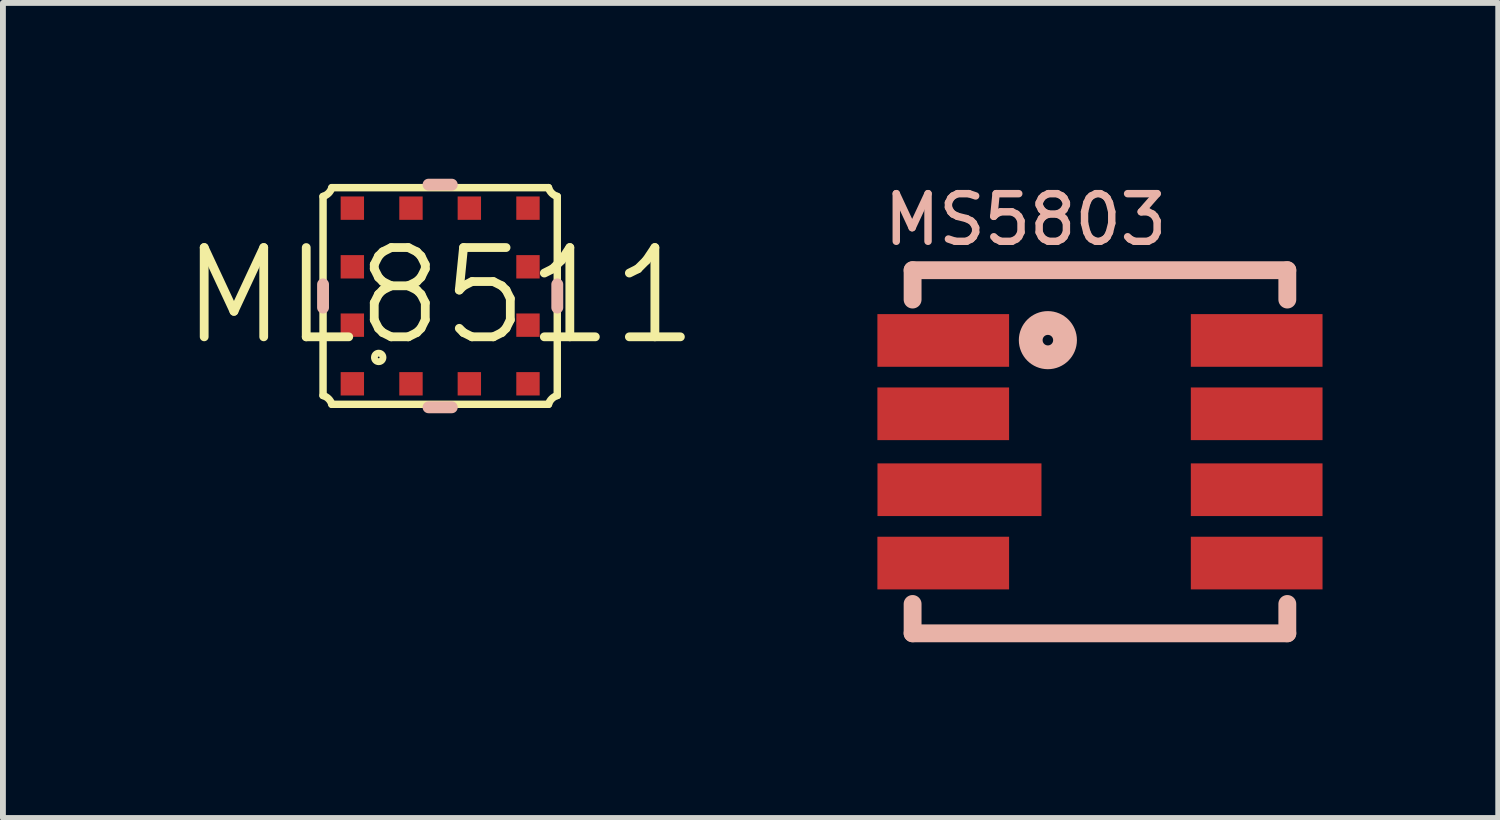
<source format=kicad_pcb>
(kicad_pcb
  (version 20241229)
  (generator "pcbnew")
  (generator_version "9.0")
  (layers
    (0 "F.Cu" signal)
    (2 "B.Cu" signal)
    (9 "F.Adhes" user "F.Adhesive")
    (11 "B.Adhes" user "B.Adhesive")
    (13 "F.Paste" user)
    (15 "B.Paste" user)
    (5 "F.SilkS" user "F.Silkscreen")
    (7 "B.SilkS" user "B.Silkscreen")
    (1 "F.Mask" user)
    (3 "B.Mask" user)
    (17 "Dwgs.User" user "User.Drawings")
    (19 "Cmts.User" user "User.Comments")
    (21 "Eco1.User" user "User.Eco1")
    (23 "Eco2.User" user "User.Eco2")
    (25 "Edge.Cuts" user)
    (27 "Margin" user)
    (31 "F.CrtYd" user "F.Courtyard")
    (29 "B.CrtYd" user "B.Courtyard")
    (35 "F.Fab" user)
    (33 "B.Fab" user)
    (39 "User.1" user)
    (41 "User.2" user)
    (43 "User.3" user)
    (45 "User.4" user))
  (footprint "ML8511"
    (layer "F.Cu")
    (at 4.463 2.002)
    (property "Reference" "ML8511" (at 0 0 0) (layer "F.SilkS") (effects (font (size 1.524 1.524) (thickness 0.15))))
    (attr smd)
    (fp_line (start -1.999 1.699) (end -1.999 -1.699) (stroke (width 0.127) (type solid)) (layer "F.SilkS"))
    (fp_line (start -1.849 -1.849) (end 1.849 -1.849) (stroke (width 0.127) (type solid)) (layer "F.SilkS"))
    (fp_line (start 1.849 1.849) (end -1.849 1.849) (stroke (width 0.127) (type solid)) (layer "F.SilkS"))
    (fp_line (start 1.999 -1.699) (end 1.999 1.699) (stroke (width 0.127) (type solid)) (layer "F.SilkS"))
    (fp_arc (start -1.99898 1.69926) (mid -1.905006 1.755278) (end -1.849067 1.849299) (stroke (width 0.127) (type solid)) (layer "F.SilkS"))
    (fp_arc (start -1.84912 -1.84912) (mid -1.905138 -1.755146) (end -1.999159 -1.699207) (stroke (width 0.127) (type solid)) (layer "F.SilkS"))
    (fp_arc (start 1.84912 1.84912) (mid 1.905138 1.755146) (end 1.999159 1.699207) (stroke (width 0.127) (type solid)) (layer "F.SilkS"))
    (fp_arc (start 1.99898 -1.69926) (mid 1.905006 -1.755278) (end 1.849067 -1.849299) (stroke (width 0.127) (type solid)) (layer "F.SilkS"))
    (fp_circle (center -1.049 1.049) (end -1.082 1.082) (stroke (width 0.064) (type solid)) (fill no) (layer "F.SilkS"))
    (fp_circle (center -1.049 1.049) (end -1.072 1.072) (stroke (width 0.099) (type solid)) (fill no) (layer "F.SilkS"))
    (fp_line (start -1.999 -0.198) (end -1.999 0.198) (stroke (width 0.203) (type solid)) (layer "B.SilkS"))
    (fp_line (start 0.198 -1.9) (end -0.198 -1.9) (stroke (width 0.203) (type solid)) (layer "B.SilkS"))
    (fp_line (start 0.198 1.9) (end -0.198 1.9) (stroke (width 0.203) (type solid)) (layer "B.SilkS"))
    (fp_line (start 1.999 0.198) (end 1.999 -0.198) (stroke (width 0.203) (type solid)) (layer "B.SilkS"))
    (pad "1" smd rect (at -1.499 1.499) (size 0.399 0.399) (layers "F.Cu" "F.Mask" "F.Paste"))
    (pad "2" smd rect (at -1.499 0.498) (size 0.399 0.399) (layers "F.Cu" "F.Mask" "F.Paste"))
    (pad "3" smd rect (at -1.499 -0.498) (size 0.399 0.399) (layers "F.Cu" "F.Mask" "F.Paste"))
    (pad "4" smd rect (at -1.499 -1.499) (size 0.399 0.399) (layers "F.Cu" "F.Mask" "F.Paste"))
    (pad "5" smd rect (at -0.498 -1.499) (size 0.399 0.399) (layers "F.Cu" "F.Mask" "F.Paste"))
    (pad "6" smd rect (at 0.498 -1.499) (size 0.399 0.399) (layers "F.Cu" "F.Mask" "F.Paste"))
    (pad "7" smd rect (at 1.499 -1.499) (size 0.399 0.399) (layers "F.Cu" "F.Mask" "F.Paste"))
    (pad "8" smd rect (at 1.499 -0.498) (size 0.399 0.399) (layers "F.Cu" "F.Mask" "F.Paste"))
    (pad "9" smd rect (at 1.499 0.498) (size 0.399 0.399) (layers "F.Cu" "F.Mask" "F.Paste"))
    (pad "10" smd rect (at 1.499 1.499) (size 0.399 0.399) (layers "F.Cu" "F.Mask" "F.Paste"))
    (pad "11" smd rect (at 0.498 1.499) (size 0.399 0.399) (layers "F.Cu" "F.Mask" "F.Paste"))
    (pad "12" smd rect (at -0.498 1.499) (size 0.399 0.399) (layers "F.Cu" "F.Mask" "F.Paste")))
  (footprint "MS5803"
    (layer "F.Cu")
    (at 15.725 4.661)
    (property "Reference" "MS5803" (at -1.27 -3.962 0) (layer "B.SilkS") (effects (font (size 0.813 0.813) (thickness 0.127))))
    (attr smd)
    (fp_line (start -3.198 -3.099) (end -3.198 -2.598) (stroke (width 0.305) (type solid)) (layer "B.SilkS"))
    (fp_line (start -3.198 -3.099) (end 3.198 -3.099) (stroke (width 0.305) (type solid)) (layer "B.SilkS"))
    (fp_line (start -3.198 3.099) (end -3.198 2.598) (stroke (width 0.305) (type solid)) (layer "B.SilkS"))
    (fp_line (start 3.198 -3.099) (end 3.198 -2.598) (stroke (width 0.305) (type solid)) (layer "B.SilkS"))
    (fp_line (start 3.198 3.099) (end -3.198 3.099) (stroke (width 0.305) (type solid)) (layer "B.SilkS"))
    (fp_line (start 3.198 3.099) (end 3.198 2.598) (stroke (width 0.305) (type solid)) (layer "B.SilkS"))
    (fp_circle (center -0.889 -1.905) (end -0.953 -1.968) (stroke (width 0.406) (type solid)) (fill no) (layer "B.SilkS"))
    (pad "1" smd rect (at -2.675 -1.9 90) (size 0.899 2.248) (layers "F.Cu" "F.Mask" "F.Paste"))
    (pad "2" smd rect (at -2.675 -0.648 90) (size 0.899 2.248) (layers "F.Cu" "F.Mask" "F.Paste"))
    (pad "3" smd rect (at -2.398 0.648 90) (size 0.899 2.799) (layers "F.Cu" "F.Mask" "F.Paste"))
    (pad "4" smd rect (at -2.675 1.9 90) (size 0.899 2.248) (layers "F.Cu" "F.Mask" "F.Paste"))
    (pad "5" smd rect (at 2.675 1.9 90) (size 0.899 2.248) (layers "F.Cu" "F.Mask" "F.Paste"))
    (pad "6" smd rect (at 2.675 0.648 90) (size 0.899 2.248) (layers "F.Cu" "F.Mask" "F.Paste"))
    (pad "7" smd rect (at 2.675 -0.648 90) (size 0.899 2.248) (layers "F.Cu" "F.Mask" "F.Paste"))
    (pad "8" smd rect (at 2.675 -1.9 90) (size 0.899 2.248) (layers "F.Cu" "F.Mask" "F.Paste")))
  (gr_rect
    (start -3 -3)
    (end 22.523 10.912)
    (stroke (width 0.1) (type default))
    (fill no)
    (layer "Edge.Cuts")))
</source>
